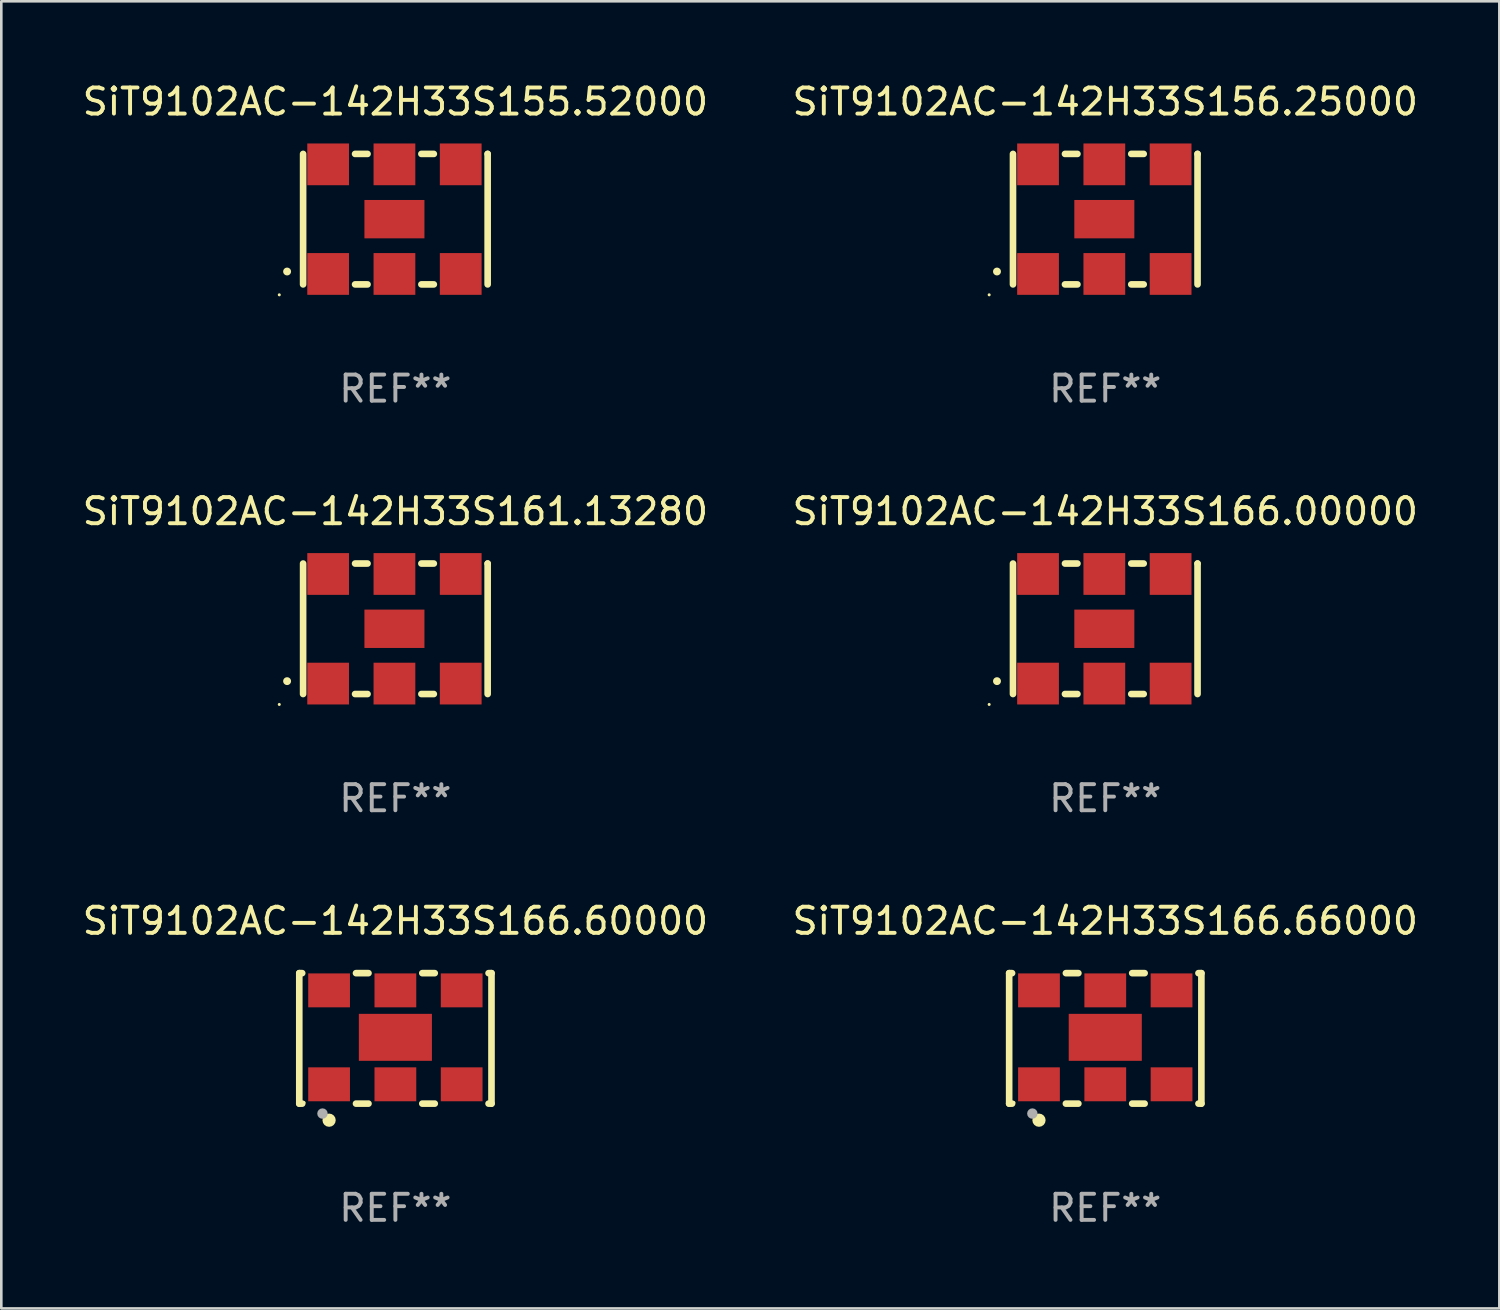
<source format=kicad_pcb>
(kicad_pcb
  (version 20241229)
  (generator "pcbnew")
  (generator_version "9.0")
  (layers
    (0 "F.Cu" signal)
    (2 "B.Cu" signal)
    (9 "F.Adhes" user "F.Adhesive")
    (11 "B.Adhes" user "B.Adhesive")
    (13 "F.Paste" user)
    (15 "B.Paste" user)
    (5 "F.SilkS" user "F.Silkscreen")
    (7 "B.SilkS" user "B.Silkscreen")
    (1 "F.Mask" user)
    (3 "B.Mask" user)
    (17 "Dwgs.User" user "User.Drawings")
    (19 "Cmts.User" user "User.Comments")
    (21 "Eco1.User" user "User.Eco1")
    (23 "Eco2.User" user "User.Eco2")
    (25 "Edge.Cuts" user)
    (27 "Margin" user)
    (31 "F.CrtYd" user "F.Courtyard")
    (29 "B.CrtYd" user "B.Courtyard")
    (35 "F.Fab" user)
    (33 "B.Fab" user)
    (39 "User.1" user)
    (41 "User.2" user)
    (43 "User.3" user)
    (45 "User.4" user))
  (footprint "SiT9102AC-142H33S166.66000"
    (layer "F.Cu")
    (at 39.304 36.741)
    (property "Reference" "SiT9102AC-142H33S166.66000" (at 0 -4.5 0) (layer "F.SilkS") (effects (font (size 1 1) (thickness 0.15))))
    (attr through_hole)
    (fp_line (start -3.683 -2.5) (end -3.571 -2.5) (stroke (width 0.254) (type solid)) (layer "F.SilkS"))
    (fp_line (start -3.683 2.5) (end -3.683 -2.5) (stroke (width 0.254) (type solid)) (layer "F.SilkS"))
    (fp_line (start -3.683 2.5) (end -3.571 2.5) (stroke (width 0.254) (type solid)) (layer "F.SilkS"))
    (fp_line (start -1.509 -2.5) (end -1.031 -2.5) (stroke (width 0.254) (type solid)) (layer "F.SilkS"))
    (fp_line (start -1.509 2.5) (end -1.031 2.5) (stroke (width 0.254) (type solid)) (layer "F.SilkS"))
    (fp_line (start 1.031 -2.5) (end 1.509 -2.5) (stroke (width 0.254) (type solid)) (layer "F.SilkS"))
    (fp_line (start 1.031 2.5) (end 1.509 2.5) (stroke (width 0.254) (type solid)) (layer "F.SilkS"))
    (fp_line (start 3.571 -2.5) (end 3.683 -2.5) (stroke (width 0.254) (type solid)) (layer "F.SilkS"))
    (fp_line (start 3.571 2.5) (end 3.683 2.5) (stroke (width 0.254) (type solid)) (layer "F.SilkS"))
    (fp_line (start 3.683 2.5) (end 3.683 -2.5) (stroke (width 0.254) (type solid)) (layer "F.SilkS"))
    (fp_circle (center -3.5 2.46) (end -3.47 2.46) (stroke (width 0.06) (type solid)) (fill no) (layer "F.SilkS"))
    (fp_circle (center -2.54 3.135) (end -2.413 3.135) (stroke (width 0.254) (type solid)) (fill no) (layer "F.SilkS"))
    (fp_circle (center -2.794 2.881) (end -2.694 2.881) (stroke (width 0.2) (type solid)) (fill no) (layer "F.Fab"))
    (fp_text user "REF**" (at 0 6.5 0) (layer "F.Fab") (effects (font (size 1 1) (thickness 0.15))))
    (pad "1" smd rect (at -2.54 1.76) (size 1.6 1.3) (layers "F.Cu" "F.Mask" "F.Paste"))
    (pad "2" smd rect (at 0 1.76) (size 1.6 1.3) (layers "F.Cu" "F.Mask" "F.Paste"))
    (pad "3" smd rect (at 2.54 1.76) (size 1.6 1.3) (layers "F.Cu" "F.Mask" "F.Paste"))
    (pad "4" smd rect (at 2.54 -1.84) (size 1.6 1.3) (layers "F.Cu" "F.Mask" "F.Paste"))
    (pad "5" smd rect (at 0 -1.84) (size 1.6 1.3) (layers "F.Cu" "F.Mask" "F.Paste"))
    (pad "6" smd rect (at -2.54 -1.84) (size 1.6 1.3) (layers "F.Cu" "F.Mask" "F.Paste"))
    (pad "7" smd rect (at 0 -0.04) (size 2.8 1.8) (layers "F.Cu" "F.Mask" "F.Paste")))
  (footprint "SiT9102AC-142H33S161.13280"
    (layer "F.Cu")
    (at 12.101 21.045)
    (property "Reference" "SiT9102AC-142H33S161.13280" (at 0 -4.5 0) (layer "F.SilkS") (effects (font (size 1 1) (thickness 0.15))))
    (attr through_hole)
    (fp_line (start -3.536 -2.5) (end -3.536 2.5) (stroke (width 0.254) (type solid)) (layer "F.SilkS"))
    (fp_line (start -1.544 2.5) (end -1.067 2.5) (stroke (width 0.254) (type solid)) (layer "F.SilkS"))
    (fp_line (start -1.067 -2.5) (end -1.544 -2.5) (stroke (width 0.254) (type solid)) (layer "F.SilkS"))
    (fp_line (start 0.996 2.5) (end 1.473 2.5) (stroke (width 0.254) (type solid)) (layer "F.SilkS"))
    (fp_line (start 1.473 -2.5) (end 0.996 -2.5) (stroke (width 0.254) (type solid)) (layer "F.SilkS"))
    (fp_line (start 3.536 -2.5) (end 3.536 -2.5) (stroke (width 0.254) (type solid)) (layer "F.SilkS"))
    (fp_line (start 3.536 2.5) (end 3.536 -2.5) (stroke (width 0.254) (type solid)) (layer "F.SilkS"))
    (fp_arc (start -4.150432 2.006604) (mid -4.149162 2.006599) (end -4.147892 2.006604) (stroke (width 0.3) (type solid)) (layer "F.SilkS"))
    (fp_circle (center -4.449 2.9) (end -4.419 2.9) (stroke (width 0.06) (type solid)) (fill no) (layer "F.SilkS"))
    (fp_text user "REF**" (at 0 6.5 0) (layer "F.Fab") (effects (font (size 1 1) (thickness 0.15))))
    (pad "1" smd rect (at -2.576 2.1) (size 1.6 1.6) (layers "F.Cu" "F.Mask" "F.Paste"))
    (pad "2" smd rect (at -0.036 2.1) (size 1.6 1.6) (layers "F.Cu" "F.Mask" "F.Paste"))
    (pad "3" smd rect (at 2.504 2.1) (size 1.6 1.6) (layers "F.Cu" "F.Mask" "F.Paste"))
    (pad "4" smd rect (at 2.504 -2.1) (size 1.6 1.6) (layers "F.Cu" "F.Mask" "F.Paste"))
    (pad "5" smd rect (at -0.036 -2.1) (size 1.6 1.6) (layers "F.Cu" "F.Mask" "F.Paste"))
    (pad "6" smd rect (at -2.576 -2.1) (size 1.6 1.6) (layers "F.Cu" "F.Mask" "F.Paste"))
    (pad "7" smd rect (at -0.036 0) (size 2.3 1.47) (layers "F.Cu" "F.Mask" "F.Paste")))
  (footprint "SiT9102AC-142H33S166.00000"
    (layer "F.Cu")
    (at 39.304 21.045)
    (property "Reference" "SiT9102AC-142H33S166.00000" (at 0 -4.5 0) (layer "F.SilkS") (effects (font (size 1 1) (thickness 0.15))))
    (attr through_hole)
    (fp_line (start -3.536 -2.5) (end -3.536 2.5) (stroke (width 0.254) (type solid)) (layer "F.SilkS"))
    (fp_line (start -1.544 2.5) (end -1.067 2.5) (stroke (width 0.254) (type solid)) (layer "F.SilkS"))
    (fp_line (start -1.067 -2.5) (end -1.544 -2.5) (stroke (width 0.254) (type solid)) (layer "F.SilkS"))
    (fp_line (start 0.996 2.5) (end 1.473 2.5) (stroke (width 0.254) (type solid)) (layer "F.SilkS"))
    (fp_line (start 1.473 -2.5) (end 0.996 -2.5) (stroke (width 0.254) (type solid)) (layer "F.SilkS"))
    (fp_line (start 3.536 -2.5) (end 3.536 -2.5) (stroke (width 0.254) (type solid)) (layer "F.SilkS"))
    (fp_line (start 3.536 2.5) (end 3.536 -2.5) (stroke (width 0.254) (type solid)) (layer "F.SilkS"))
    (fp_arc (start -4.150432 2.006604) (mid -4.149162 2.006599) (end -4.147892 2.006604) (stroke (width 0.3) (type solid)) (layer "F.SilkS"))
    (fp_circle (center -4.449 2.9) (end -4.419 2.9) (stroke (width 0.06) (type solid)) (fill no) (layer "F.SilkS"))
    (fp_text user "REF**" (at 0 6.5 0) (layer "F.Fab") (effects (font (size 1 1) (thickness 0.15))))
    (pad "1" smd rect (at -2.576 2.1) (size 1.6 1.6) (layers "F.Cu" "F.Mask" "F.Paste"))
    (pad "2" smd rect (at -0.036 2.1) (size 1.6 1.6) (layers "F.Cu" "F.Mask" "F.Paste"))
    (pad "3" smd rect (at 2.504 2.1) (size 1.6 1.6) (layers "F.Cu" "F.Mask" "F.Paste"))
    (pad "4" smd rect (at 2.504 -2.1) (size 1.6 1.6) (layers "F.Cu" "F.Mask" "F.Paste"))
    (pad "5" smd rect (at -0.036 -2.1) (size 1.6 1.6) (layers "F.Cu" "F.Mask" "F.Paste"))
    (pad "6" smd rect (at -2.576 -2.1) (size 1.6 1.6) (layers "F.Cu" "F.Mask" "F.Paste"))
    (pad "7" smd rect (at -0.036 0) (size 2.3 1.47) (layers "F.Cu" "F.Mask" "F.Paste")))
  (footprint "SiT9102AC-142H33S166.60000"
    (layer "F.Cu")
    (at 12.101 36.741)
    (property "Reference" "SiT9102AC-142H33S166.60000" (at 0 -4.5 0) (layer "F.SilkS") (effects (font (size 1 1) (thickness 0.15))))
    (attr through_hole)
    (fp_line (start -3.683 -2.5) (end -3.571 -2.5) (stroke (width 0.254) (type solid)) (layer "F.SilkS"))
    (fp_line (start -3.683 2.5) (end -3.683 -2.5) (stroke (width 0.254) (type solid)) (layer "F.SilkS"))
    (fp_line (start -3.683 2.5) (end -3.571 2.5) (stroke (width 0.254) (type solid)) (layer "F.SilkS"))
    (fp_line (start -1.509 -2.5) (end -1.031 -2.5) (stroke (width 0.254) (type solid)) (layer "F.SilkS"))
    (fp_line (start -1.509 2.5) (end -1.031 2.5) (stroke (width 0.254) (type solid)) (layer "F.SilkS"))
    (fp_line (start 1.031 -2.5) (end 1.509 -2.5) (stroke (width 0.254) (type solid)) (layer "F.SilkS"))
    (fp_line (start 1.031 2.5) (end 1.509 2.5) (stroke (width 0.254) (type solid)) (layer "F.SilkS"))
    (fp_line (start 3.571 -2.5) (end 3.683 -2.5) (stroke (width 0.254) (type solid)) (layer "F.SilkS"))
    (fp_line (start 3.571 2.5) (end 3.683 2.5) (stroke (width 0.254) (type solid)) (layer "F.SilkS"))
    (fp_line (start 3.683 2.5) (end 3.683 -2.5) (stroke (width 0.254) (type solid)) (layer "F.SilkS"))
    (fp_circle (center -3.5 2.46) (end -3.47 2.46) (stroke (width 0.06) (type solid)) (fill no) (layer "F.SilkS"))
    (fp_circle (center -2.54 3.135) (end -2.413 3.135) (stroke (width 0.254) (type solid)) (fill no) (layer "F.SilkS"))
    (fp_circle (center -2.794 2.881) (end -2.694 2.881) (stroke (width 0.2) (type solid)) (fill no) (layer "F.Fab"))
    (fp_text user "REF**" (at 0 6.5 0) (layer "F.Fab") (effects (font (size 1 1) (thickness 0.15))))
    (pad "1" smd rect (at -2.54 1.76) (size 1.6 1.3) (layers "F.Cu" "F.Mask" "F.Paste"))
    (pad "2" smd rect (at 0 1.76) (size 1.6 1.3) (layers "F.Cu" "F.Mask" "F.Paste"))
    (pad "3" smd rect (at 2.54 1.76) (size 1.6 1.3) (layers "F.Cu" "F.Mask" "F.Paste"))
    (pad "4" smd rect (at 2.54 -1.84) (size 1.6 1.3) (layers "F.Cu" "F.Mask" "F.Paste"))
    (pad "5" smd rect (at 0 -1.84) (size 1.6 1.3) (layers "F.Cu" "F.Mask" "F.Paste"))
    (pad "6" smd rect (at -2.54 -1.84) (size 1.6 1.3) (layers "F.Cu" "F.Mask" "F.Paste"))
    (pad "7" smd rect (at 0 -0.04) (size 2.8 1.8) (layers "F.Cu" "F.Mask" "F.Paste")))
  (footprint "SiT9102AC-142H33S155.52000"
    (layer "F.Cu")
    (at 12.101 5.348)
    (property "Reference" "SiT9102AC-142H33S155.52000" (at 0 -4.5 0) (layer "F.SilkS") (effects (font (size 1 1) (thickness 0.15))))
    (attr through_hole)
    (fp_line (start -3.536 -2.5) (end -3.536 2.5) (stroke (width 0.254) (type solid)) (layer "F.SilkS"))
    (fp_line (start -1.544 2.5) (end -1.067 2.5) (stroke (width 0.254) (type solid)) (layer "F.SilkS"))
    (fp_line (start -1.067 -2.5) (end -1.544 -2.5) (stroke (width 0.254) (type solid)) (layer "F.SilkS"))
    (fp_line (start 0.996 2.5) (end 1.473 2.5) (stroke (width 0.254) (type solid)) (layer "F.SilkS"))
    (fp_line (start 1.473 -2.5) (end 0.996 -2.5) (stroke (width 0.254) (type solid)) (layer "F.SilkS"))
    (fp_line (start 3.536 -2.5) (end 3.536 -2.5) (stroke (width 0.254) (type solid)) (layer "F.SilkS"))
    (fp_line (start 3.536 2.5) (end 3.536 -2.5) (stroke (width 0.254) (type solid)) (layer "F.SilkS"))
    (fp_arc (start -4.150432 2.006604) (mid -4.149162 2.006599) (end -4.147892 2.006604) (stroke (width 0.3) (type solid)) (layer "F.SilkS"))
    (fp_circle (center -4.449 2.9) (end -4.419 2.9) (stroke (width 0.06) (type solid)) (fill no) (layer "F.SilkS"))
    (fp_text user "REF**" (at 0 6.5 0) (layer "F.Fab") (effects (font (size 1 1) (thickness 0.15))))
    (pad "1" smd rect (at -2.576 2.1) (size 1.6 1.6) (layers "F.Cu" "F.Mask" "F.Paste"))
    (pad "2" smd rect (at -0.036 2.1) (size 1.6 1.6) (layers "F.Cu" "F.Mask" "F.Paste"))
    (pad "3" smd rect (at 2.504 2.1) (size 1.6 1.6) (layers "F.Cu" "F.Mask" "F.Paste"))
    (pad "4" smd rect (at 2.504 -2.1) (size 1.6 1.6) (layers "F.Cu" "F.Mask" "F.Paste"))
    (pad "5" smd rect (at -0.036 -2.1) (size 1.6 1.6) (layers "F.Cu" "F.Mask" "F.Paste"))
    (pad "6" smd rect (at -2.576 -2.1) (size 1.6 1.6) (layers "F.Cu" "F.Mask" "F.Paste"))
    (pad "7" smd rect (at -0.036 0) (size 2.3 1.47) (layers "F.Cu" "F.Mask" "F.Paste")))
  (footprint "SiT9102AC-142H33S156.25000"
    (layer "F.Cu")
    (at 39.304 5.348)
    (property "Reference" "SiT9102AC-142H33S156.25000" (at 0 -4.5 0) (layer "F.SilkS") (effects (font (size 1 1) (thickness 0.15))))
    (attr through_hole)
    (fp_line (start -3.536 -2.5) (end -3.536 2.5) (stroke (width 0.254) (type solid)) (layer "F.SilkS"))
    (fp_line (start -1.544 2.5) (end -1.067 2.5) (stroke (width 0.254) (type solid)) (layer "F.SilkS"))
    (fp_line (start -1.067 -2.5) (end -1.544 -2.5) (stroke (width 0.254) (type solid)) (layer "F.SilkS"))
    (fp_line (start 0.996 2.5) (end 1.473 2.5) (stroke (width 0.254) (type solid)) (layer "F.SilkS"))
    (fp_line (start 1.473 -2.5) (end 0.996 -2.5) (stroke (width 0.254) (type solid)) (layer "F.SilkS"))
    (fp_line (start 3.536 -2.5) (end 3.536 -2.5) (stroke (width 0.254) (type solid)) (layer "F.SilkS"))
    (fp_line (start 3.536 2.5) (end 3.536 -2.5) (stroke (width 0.254) (type solid)) (layer "F.SilkS"))
    (fp_arc (start -4.150432 2.006604) (mid -4.149162 2.006599) (end -4.147892 2.006604) (stroke (width 0.3) (type solid)) (layer "F.SilkS"))
    (fp_circle (center -4.449 2.9) (end -4.419 2.9) (stroke (width 0.06) (type solid)) (fill no) (layer "F.SilkS"))
    (fp_text user "REF**" (at 0 6.5 0) (layer "F.Fab") (effects (font (size 1 1) (thickness 0.15))))
    (pad "1" smd rect (at -2.576 2.1) (size 1.6 1.6) (layers "F.Cu" "F.Mask" "F.Paste"))
    (pad "2" smd rect (at -0.036 2.1) (size 1.6 1.6) (layers "F.Cu" "F.Mask" "F.Paste"))
    (pad "3" smd rect (at 2.504 2.1) (size 1.6 1.6) (layers "F.Cu" "F.Mask" "F.Paste"))
    (pad "4" smd rect (at 2.504 -2.1) (size 1.6 1.6) (layers "F.Cu" "F.Mask" "F.Paste"))
    (pad "5" smd rect (at -0.036 -2.1) (size 1.6 1.6) (layers "F.Cu" "F.Mask" "F.Paste"))
    (pad "6" smd rect (at -2.576 -2.1) (size 1.6 1.6) (layers "F.Cu" "F.Mask" "F.Paste"))
    (pad "7" smd rect (at -0.036 0) (size 2.3 1.47) (layers "F.Cu" "F.Mask" "F.Paste")))
  (gr_rect
    (start -3 -3)
    (end 54.405 47.09)
    (stroke (width 0.1) (type default))
    (fill no)
    (layer "Edge.Cuts")))
</source>
